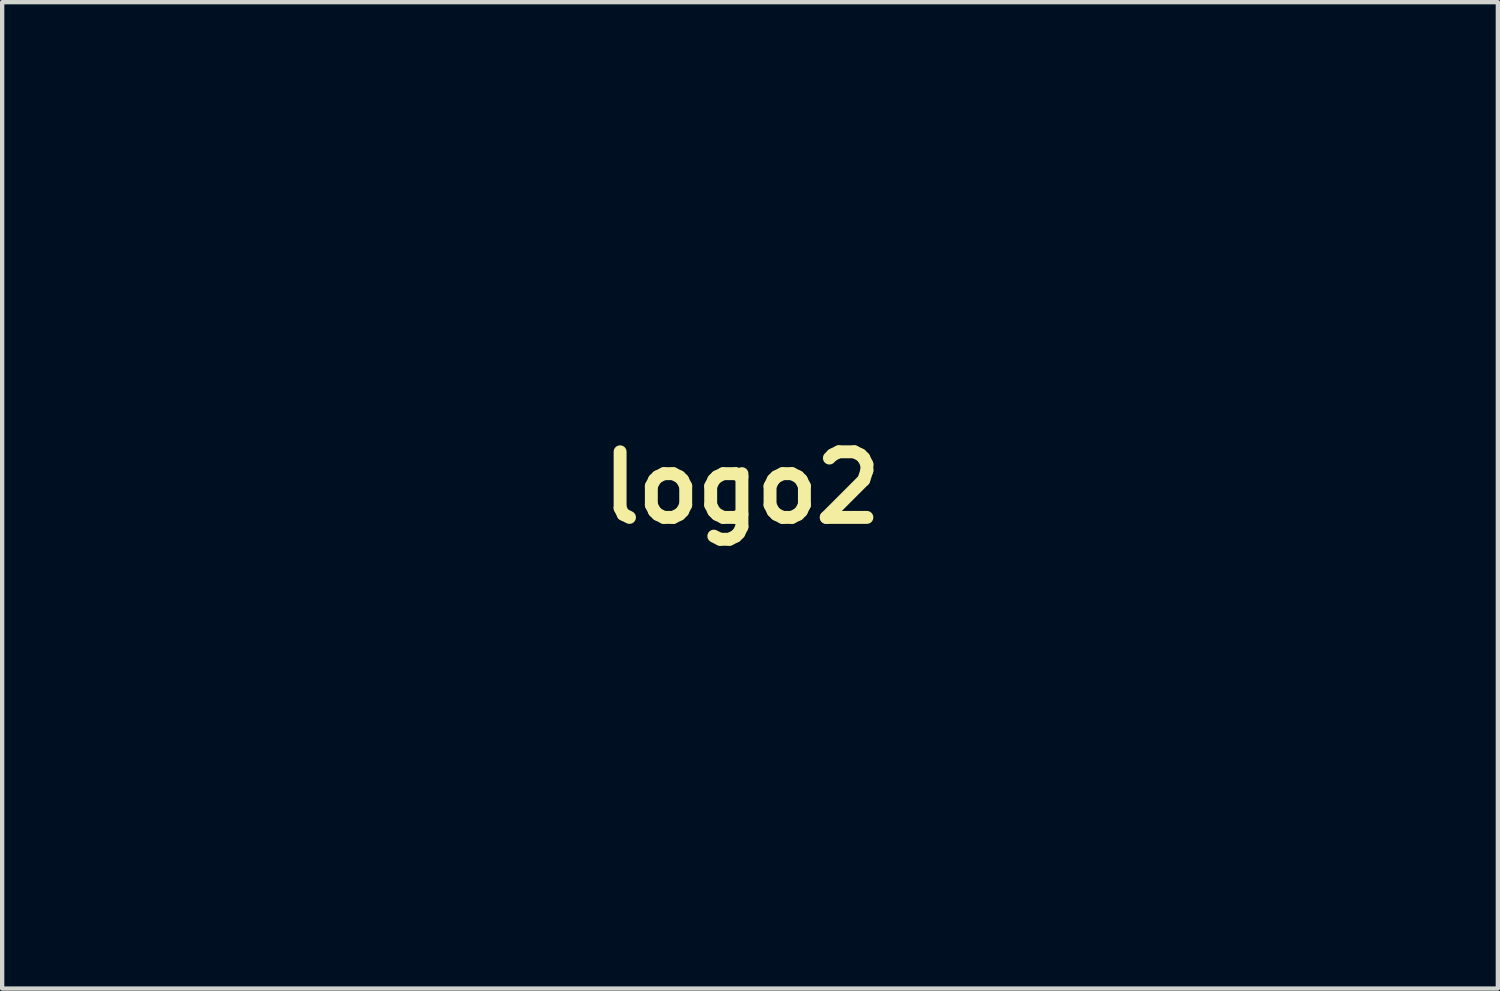
<source format=kicad_pcb>
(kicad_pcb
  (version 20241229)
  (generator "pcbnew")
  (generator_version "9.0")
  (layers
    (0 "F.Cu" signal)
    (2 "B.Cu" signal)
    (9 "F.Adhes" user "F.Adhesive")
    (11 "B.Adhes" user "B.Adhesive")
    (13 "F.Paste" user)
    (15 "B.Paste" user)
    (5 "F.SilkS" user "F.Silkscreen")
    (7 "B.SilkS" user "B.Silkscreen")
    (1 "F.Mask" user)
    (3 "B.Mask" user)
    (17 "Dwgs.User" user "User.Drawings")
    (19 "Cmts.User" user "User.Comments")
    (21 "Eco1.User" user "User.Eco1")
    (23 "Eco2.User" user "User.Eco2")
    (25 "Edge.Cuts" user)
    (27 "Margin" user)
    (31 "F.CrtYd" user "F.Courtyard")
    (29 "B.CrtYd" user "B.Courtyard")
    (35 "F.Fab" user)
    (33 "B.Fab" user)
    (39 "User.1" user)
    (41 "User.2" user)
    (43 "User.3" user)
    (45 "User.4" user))
  (footprint "logo2"
    (layer "F.Cu")
    (at 14.187 8.281)
    (property "Reference" "logo2" (at 0 0 0) (layer "F.SilkS") (effects (font (size 1.524 1.524) (thickness 0.3))))
    (attr through_hole)
    (fp_poly (pts (xy 4.551 2.812) (xy 5.461 2.836) (xy 5.461 3.344) (xy 4.318 3.394) (xy 4.318 4.064) (xy 5.419 4.064) (xy 5.419 4.572) (xy 4.318 4.572) (xy 4.318 5.842) (xy 3.641 5.842) (xy 3.641 2.788) (xy 4.551 2.812)) (stroke (width 0.01) (type solid)) (fill no) (layer "Eco2.User"))
    (fp_poly (pts (xy -5.503 3.387) (xy -6.689 3.387) (xy -6.689 4.064) (xy -5.588 4.064) (xy -5.588 4.314) (xy -5.595 4.451) (xy -5.643 4.528) (xy -5.771 4.565) (xy -6.018 4.584) (xy -6.117 4.589) (xy -6.646 4.614) (xy -6.696 5.842) (xy -7.37 5.842) (xy -7.347 4.339) (xy -7.324 2.836) (xy -6.413 2.812) (xy -5.503 2.788) (xy -5.503 3.387)) (stroke (width 0.01) (type solid)) (fill no) (layer "Eco2.User"))
    (fp_poly (pts (xy -10.758 -7.271) (xy -10.71 -7.198) (xy -10.791 -7.096) (xy -11.036 -7.024) (xy -11.091 -7.015) (xy -11.518 -6.927) (xy -11.853 -6.786) (xy -12.174 -6.557) (xy -12.286 -6.46) (xy -12.646 -6.056) (xy -12.87 -5.604) (xy -12.97 -5.068) (xy -12.979 -4.763) (xy -12.985 -4.418) (xy -13.014 -4.22) (xy -13.071 -4.15) (xy -13.08 -4.149) (xy -13.184 -4.22) (xy -13.239 -4.339) (xy -13.302 -4.883) (xy -13.219 -5.441) (xy -13.008 -5.979) (xy -12.687 -6.464) (xy -12.271 -6.86) (xy -11.847 -7.106) (xy -11.512 -7.225) (xy -11.194 -7.294) (xy -10.93 -7.311) (xy -10.758 -7.271)) (stroke (width 0.01) (type solid)) (fill no) (layer "Eco2.User"))
    (fp_poly (pts (xy 11.227 -7.345) (xy 11.254 -7.281) (xy 11.247 -7.23) (xy 11.172 -7.116) (xy 10.978 -7.042) (xy 10.828 -7.016) (xy 10.267 -6.856) (xy 9.787 -6.562) (xy 9.405 -6.157) (xy 9.138 -5.664) (xy 9.004 -5.106) (xy 9.008 -4.6) (xy 9.03 -4.327) (xy 9.01 -4.187) (xy 8.947 -4.149) (xy 8.803 -4.186) (xy 8.777 -4.205) (xy 8.749 -4.312) (xy 8.729 -4.54) (xy 8.721 -4.842) (xy 8.721 -4.861) (xy 8.801 -5.508) (xy 9.026 -6.085) (xy 9.381 -6.576) (xy 9.852 -6.963) (xy 10.422 -7.227) (xy 10.867 -7.329) (xy 11.111 -7.358) (xy 11.227 -7.345)) (stroke (width 0.01) (type solid)) (fill no) (layer "Eco2.User"))
    (fp_poly (pts (xy 0.296 -7.281) (xy 0.297 -7.281) (xy 0.298 -7.16) (xy 0.159 -7.07) (xy -0.09 -7.028) (xy -0.127 -7.027) (xy -0.56 -6.942) (xy -0.993 -6.715) (xy -1.395 -6.367) (xy -1.733 -5.923) (xy -1.804 -5.8) (xy -1.907 -5.566) (xy -1.962 -5.304) (xy -1.981 -4.956) (xy -1.981 -4.805) (xy -1.986 -4.452) (xy -2.011 -4.244) (xy -2.06 -4.156) (xy -2.086 -4.149) (xy -2.187 -4.221) (xy -2.253 -4.368) (xy -2.286 -4.683) (xy -2.265 -5.084) (xy -2.201 -5.499) (xy -2.101 -5.855) (xy -2.05 -5.971) (xy -1.709 -6.458) (xy -1.244 -6.865) (xy -0.693 -7.164) (xy -0.113 -7.329) (xy 0.163 -7.345) (xy 0.296 -7.281)) (stroke (width 0.01) (type solid)) (fill no) (layer "Eco2.User"))
    (fp_poly (pts (xy -5.24 0.729) (xy -5.204 0.768) (xy -5.174 0.851) (xy -5.226 0.909) (xy -5.388 0.957) (xy -5.687 1.006) (xy -5.729 1.012) (xy -6.44 1.191) (xy -7.072 1.505) (xy -7.609 1.936) (xy -8.037 2.465) (xy -8.341 3.076) (xy -8.507 3.75) (xy -8.523 4.441) (xy -8.49 4.77) (xy -8.452 5.054) (xy -8.417 5.228) (xy -8.404 5.386) (xy -8.465 5.43) (xy -8.568 5.373) (xy -8.674 5.229) (xy -8.724 5.113) (xy -8.786 4.78) (xy -8.803 4.342) (xy -8.779 3.86) (xy -8.717 3.39) (xy -8.622 2.991) (xy -8.566 2.844) (xy -8.172 2.166) (xy -7.648 1.594) (xy -7.242 1.285) (xy -6.875 1.076) (xy -6.477 0.902) (xy -6.081 0.772) (xy -5.72 0.695) (xy -5.429 0.677) (xy -5.24 0.729)) (stroke (width 0.01) (type solid)) (fill no) (layer "Eco2.User"))
    (fp_poly (pts (xy 5.719 0.709) (xy 5.819 0.785) (xy 5.765 0.867) (xy 5.574 0.947) (xy 5.26 1.015) (xy 5.167 1.028) (xy 4.507 1.202) (xy 3.895 1.523) (xy 3.356 1.973) (xy 2.918 2.532) (xy 2.748 2.838) (xy 2.625 3.115) (xy 2.551 3.36) (xy 2.513 3.635) (xy 2.501 4.003) (xy 2.5 4.106) (xy 2.507 4.485) (xy 2.527 4.832) (xy 2.556 5.087) (xy 2.568 5.144) (xy 2.601 5.335) (xy 2.562 5.411) (xy 2.509 5.419) (xy 2.369 5.38) (xy 2.339 5.351) (xy 2.304 5.238) (xy 2.253 5.008) (xy 2.2 4.73) (xy 2.16 4.02) (xy 2.273 3.318) (xy 2.529 2.651) (xy 2.911 2.045) (xy 3.408 1.526) (xy 4.006 1.12) (xy 4.099 1.073) (xy 4.463 0.921) (xy 4.855 0.799) (xy 5.23 0.717) (xy 5.54 0.687) (xy 5.719 0.709)) (stroke (width 0.01) (type solid)) (fill no) (layer "Eco2.User"))
    (fp_poly (pts (xy 11.505 -6.275) (xy 11.593 -6.258) (xy 12.018 -6.084) (xy 12.352 -5.79) (xy 12.581 -5.407) (xy 12.694 -4.963) (xy 12.679 -4.487) (xy 12.524 -4.01) (xy 12.509 -3.981) (xy 12.278 -3.621) (xy 12 -3.393) (xy 11.634 -3.271) (xy 11.323 -3.235) (xy 11.001 -3.227) (xy 10.779 -3.259) (xy 10.589 -3.347) (xy 10.506 -3.4) (xy 10.164 -3.692) (xy 9.957 -4.025) (xy 9.854 -4.453) (xy 9.847 -4.513) (xy 9.856 -4.898) (xy 10.521 -4.898) (xy 10.524 -4.558) (xy 10.603 -4.236) (xy 10.756 -3.968) (xy 10.983 -3.786) (xy 11.261 -3.725) (xy 11.556 -3.803) (xy 11.725 -3.928) (xy 11.918 -4.214) (xy 12.009 -4.552) (xy 12.006 -4.908) (xy 11.918 -5.244) (xy 11.756 -5.525) (xy 11.528 -5.714) (xy 11.254 -5.776) (xy 10.958 -5.697) (xy 10.737 -5.502) (xy 10.591 -5.224) (xy 10.521 -4.898) (xy 9.856 -4.898) (xy 9.86 -5.048) (xy 10.001 -5.51) (xy 10.255 -5.882) (xy 10.602 -6.146) (xy 11.024 -6.282) (xy 11.505 -6.275)) (stroke (width 0.01) (type solid)) (fill no) (layer "Eco2.User"))
    (fp_poly (pts (xy 0.615 -6.251) (xy 0.741 -6.218) (xy 1.042 -6.109) (xy 1.248 -5.96) (xy 1.419 -5.74) (xy 1.541 -5.532) (xy 1.611 -5.334) (xy 1.643 -5.084) (xy 1.651 -4.732) (xy 1.629 -4.295) (xy 1.549 -3.973) (xy 1.388 -3.717) (xy 1.125 -3.477) (xy 1.075 -3.44) (xy 0.81 -3.318) (xy 0.451 -3.25) (xy 0.067 -3.24) (xy -0.274 -3.292) (xy -0.381 -3.331) (xy -0.738 -3.583) (xy -0.996 -3.943) (xy -1.146 -4.375) (xy -1.169 -4.74) (xy -0.483 -4.74) (xy -0.435 -4.377) (xy -0.303 -4.074) (xy -0.108 -3.851) (xy 0.131 -3.73) (xy 0.393 -3.731) (xy 0.66 -3.874) (xy 0.718 -3.928) (xy 0.916 -4.22) (xy 1.009 -4.564) (xy 1.005 -4.922) (xy 0.913 -5.259) (xy 0.742 -5.538) (xy 0.501 -5.722) (xy 0.268 -5.775) (xy -0.042 -5.709) (xy -0.277 -5.493) (xy -0.43 -5.142) (xy -0.483 -4.74) (xy -1.169 -4.74) (xy -1.175 -4.845) (xy -1.076 -5.316) (xy -0.995 -5.502) (xy -0.704 -5.914) (xy -0.334 -6.179) (xy 0.108 -6.292) (xy 0.615 -6.251)) (stroke (width 0.01) (type solid)) (fill no) (layer "Eco2.User"))
    (fp_poly (pts (xy 7.188 3.664) (xy 7.371 3.728) (xy 7.564 3.91) (xy 7.719 4.201) (xy 7.805 4.54) (xy 7.81 4.587) (xy 7.832 4.868) (xy 7.133 4.893) (xy 6.773 4.913) (xy 6.554 4.944) (xy 6.452 4.993) (xy 6.435 5.039) (xy 6.511 5.208) (xy 6.711 5.334) (xy 6.992 5.396) (xy 7.236 5.39) (xy 7.473 5.368) (xy 7.597 5.397) (xy 7.658 5.492) (xy 7.666 5.516) (xy 7.666 5.699) (xy 7.608 5.767) (xy 7.429 5.817) (xy 7.146 5.836) (xy 6.82 5.826) (xy 6.512 5.79) (xy 6.284 5.729) (xy 6.255 5.715) (xy 6.039 5.52) (xy 5.863 5.226) (xy 5.766 4.903) (xy 5.757 4.789) (xy 5.828 4.414) (xy 5.861 4.348) (xy 6.45 4.348) (xy 6.464 4.435) (xy 6.577 4.477) (xy 6.809 4.487) (xy 7.05 4.476) (xy 7.165 4.432) (xy 7.196 4.334) (xy 7.197 4.32) (xy 7.131 4.164) (xy 6.971 4.086) (xy 6.77 4.085) (xy 6.582 4.159) (xy 6.462 4.304) (xy 6.45 4.348) (xy 5.861 4.348) (xy 6.013 4.053) (xy 6.224 3.824) (xy 6.497 3.694) (xy 6.846 3.639) (xy 7.188 3.664)) (stroke (width 0.01) (type solid)) (fill no) (layer "Eco2.User"))
    (fp_poly (pts (xy -10.214 -6.221) (xy -9.825 -6.014) (xy -9.523 -5.663) (xy -9.501 -5.626) (xy -9.394 -5.41) (xy -9.34 -5.191) (xy -9.326 -4.905) (xy -9.333 -4.682) (xy -9.379 -4.24) (xy -9.491 -3.911) (xy -9.692 -3.642) (xy -9.931 -3.44) (xy -10.201 -3.316) (xy -10.565 -3.249) (xy -10.954 -3.241) (xy -11.301 -3.299) (xy -11.403 -3.337) (xy -11.614 -3.483) (xy -11.831 -3.708) (xy -11.908 -3.813) (xy -12.041 -4.044) (xy -12.113 -4.268) (xy -12.14 -4.555) (xy -12.142 -4.741) (xy -12.136 -4.91) (xy -11.461 -4.91) (xy -11.444 -4.506) (xy -11.337 -4.137) (xy -11.172 -3.89) (xy -10.921 -3.748) (xy -10.625 -3.735) (xy -10.345 -3.85) (xy -10.245 -3.936) (xy -10.089 -4.206) (xy -10.005 -4.567) (xy -10 -4.954) (xy -10.078 -5.303) (xy -10.117 -5.386) (xy -10.329 -5.635) (xy -10.604 -5.767) (xy -10.896 -5.773) (xy -11.16 -5.645) (xy -11.217 -5.589) (xy -11.386 -5.29) (xy -11.461 -4.91) (xy -12.136 -4.91) (xy -12.13 -5.087) (xy -12.082 -5.335) (xy -11.981 -5.553) (xy -11.913 -5.661) (xy -11.603 -6.011) (xy -11.222 -6.216) (xy -10.746 -6.289) (xy -10.699 -6.29) (xy -10.214 -6.221)) (stroke (width 0.01) (type solid)) (fill no) (layer "Eco2.User"))
    (fp_poly (pts (xy -3.741 3.705) (xy -3.439 3.897) (xy -3.247 4.218) (xy -3.221 4.301) (xy -3.147 4.584) (xy -3.135 4.762) (xy -3.208 4.86) (xy -3.393 4.901) (xy -3.713 4.911) (xy -3.852 4.911) (xy -4.219 4.917) (xy -4.444 4.939) (xy -4.552 4.982) (xy -4.572 5.027) (xy -4.494 5.206) (xy -4.269 5.324) (xy -3.908 5.375) (xy -3.818 5.377) (xy -3.549 5.383) (xy -3.407 5.412) (xy -3.353 5.481) (xy -3.344 5.589) (xy -3.354 5.699) (xy -3.407 5.764) (xy -3.541 5.799) (xy -3.791 5.818) (xy -3.948 5.824) (xy -4.276 5.831) (xy -4.491 5.811) (xy -4.648 5.75) (xy -4.803 5.636) (xy -4.814 5.628) (xy -5.073 5.308) (xy -5.201 4.926) (xy -5.197 4.525) (xy -5.141 4.371) (xy -4.572 4.371) (xy -4.513 4.447) (xy -4.322 4.482) (xy -4.151 4.487) (xy -3.904 4.482) (xy -3.79 4.453) (xy -3.774 4.381) (xy -3.801 4.297) (xy -3.928 4.143) (xy -4.124 4.079) (xy -4.335 4.099) (xy -4.503 4.197) (xy -4.572 4.369) (xy -4.572 4.371) (xy -5.141 4.371) (xy -5.06 4.148) (xy -4.818 3.859) (xy -4.581 3.707) (xy -4.305 3.646) (xy -4.154 3.641) (xy -3.741 3.705)) (stroke (width 0.01) (type solid)) (fill no) (layer "Eco2.User"))
    (fp_poly (pts (xy 11.872 -8.209) (xy 12.544 -7.996) (xy 13.159 -7.643) (xy 13.694 -7.156) (xy 14.018 -6.727) (xy 14.351 -6.062) (xy 14.528 -5.37) (xy 14.557 -4.673) (xy 14.445 -3.99) (xy 14.2 -3.345) (xy 13.827 -2.759) (xy 13.336 -2.253) (xy 12.731 -1.849) (xy 12.361 -1.681) (xy 11.913 -1.562) (xy 11.366 -1.498) (xy 10.784 -1.494) (xy 10.245 -1.551) (xy 9.864 -1.618) (xy 9.271 -0.794) (xy 9.017 -0.44) (xy 8.779 -0.11) (xy 8.586 0.158) (xy 8.477 0.308) (xy 8.275 0.586) (xy 8.783 1.099) (xy 9.332 1.765) (xy 9.732 2.492) (xy 9.983 3.261) (xy 10.086 4.054) (xy 10.04 4.849) (xy 9.846 5.629) (xy 9.502 6.374) (xy 9.01 7.065) (xy 8.805 7.287) (xy 8.147 7.845) (xy 7.427 8.256) (xy 6.664 8.517) (xy 5.877 8.631) (xy 5.085 8.595) (xy 4.308 8.411) (xy 3.564 8.079) (xy 2.872 7.598) (xy 2.54 7.29) (xy 2.048 6.724) (xy 1.693 6.159) (xy 1.45 5.552) (xy 1.4 5.373) (xy 1.315 4.898) (xy 1.278 4.343) (xy 1.284 3.991) (xy 1.883 3.991) (xy 1.906 4.691) (xy 2.051 5.375) (xy 2.32 6.023) (xy 2.71 6.613) (xy 3.221 7.127) (xy 3.853 7.542) (xy 3.929 7.581) (xy 4.608 7.863) (xy 5.245 8.007) (xy 5.887 8.021) (xy 6.36 7.958) (xy 7.097 7.739) (xy 7.757 7.384) (xy 8.329 6.913) (xy 8.799 6.344) (xy 9.154 5.699) (xy 9.382 4.997) (xy 9.471 4.258) (xy 9.407 3.501) (xy 9.353 3.263) (xy 9.079 2.538) (xy 8.661 1.883) (xy 8.116 1.318) (xy 7.465 0.865) (xy 7.221 0.741) (xy 6.549 0.514) (xy 5.82 0.422) (xy 5.076 0.462) (xy 4.359 0.633) (xy 3.711 0.93) (xy 3.654 0.965) (xy 3.046 1.439) (xy 2.566 1.999) (xy 2.213 2.625) (xy 1.985 3.296) (xy 1.883 3.991) (xy 1.284 3.991) (xy 1.287 3.779) (xy 1.344 3.276) (xy 1.385 3.09) (xy 1.644 2.391) (xy 2.028 1.72) (xy 2.505 1.124) (xy 2.947 0.724) (xy 3.374 0.398) (xy 3.16 0.117) (xy 7.412 0.117) (xy 7.522 0.215) (xy 7.68 0.233) (xy 7.763 0.161) (xy 7.927 -0.025) (xy 8.151 -0.299) (xy 8.415 -0.64) (xy 8.586 -0.867) (xy 8.887 -1.274) (xy 9.097 -1.567) (xy 9.226 -1.767) (xy 9.286 -1.896) (xy 9.29 -1.974) (xy 9.248 -2.021) (xy 9.23 -2.031) (xy 9.082 -2.1) (xy 9.025 -2.117) (xy 8.964 -2.053) (xy 8.824 -1.882) (xy 8.625 -1.631) (xy 8.39 -1.328) (xy 8.14 -1.001) (xy 7.896 -0.678) (xy 7.679 -0.388) (xy 7.512 -0.157) (xy 7.415 -0.015) (xy 7.413 -0.012) (xy 7.412 0.117) (xy 3.16 0.117) (xy 2.563 -0.669) (xy 2.23 -1.095) (xy 1.956 -1.421) (xy 1.753 -1.632) (xy 1.63 -1.719) (xy 1.617 -1.72) (xy 1.464 -1.688) (xy 1.214 -1.622) (xy 1.016 -1.566) (xy 0.48 -1.473) (xy -0.115 -1.476) (xy -0.691 -1.571) (xy -0.931 -1.647) (xy -1.185 -1.739) (xy -1.385 -1.808) (xy -1.439 -1.825) (xy -1.548 -1.771) (xy -1.742 -1.574) (xy -2.023 -1.235) (xy -2.349 -0.805) (xy -2.619 -0.438) (xy -2.847 -0.118) (xy -3.019 0.131) (xy -3.115 0.282) (xy -3.13 0.316) (xy -3.063 0.394) (xy -2.894 0.521) (xy -2.782 0.593) (xy -2.336 0.942) (xy -1.908 1.418) (xy -1.527 1.978) (xy -1.222 2.579) (xy -1.049 3.079) (xy -0.969 3.544) (xy -0.937 4.099) (xy -0.955 4.674) (xy -1.022 5.197) (xy -1.061 5.373) (xy -1.276 5.996) (xy -1.591 6.561) (xy -2.033 7.113) (xy -2.213 7.303) (xy -2.874 7.859) (xy -3.608 8.269) (xy -4.396 8.527) (xy -5.22 8.629) (xy -6.062 8.568) (xy -6.368 8.505) (xy -7.058 8.264) (xy -7.725 7.894) (xy -8.333 7.423) (xy -8.847 6.88) (xy -9.23 6.292) (xy -9.245 6.262) (xy -9.56 5.446) (xy -9.716 4.612) (xy -9.715 3.821) (xy -9.111 3.821) (xy -9.109 4.568) (xy -8.965 5.294) (xy -8.686 5.978) (xy -8.279 6.599) (xy -7.75 7.135) (xy -7.107 7.564) (xy -7.009 7.614) (xy -6.306 7.893) (xy -5.623 8.02) (xy -4.919 8) (xy -4.647 7.957) (xy -4.313 7.87) (xy -3.931 7.736) (xy -3.683 7.63) (xy -3.018 7.231) (xy -2.475 6.735) (xy -2.054 6.162) (xy -1.757 5.53) (xy -1.582 4.861) (xy -1.529 4.172) (xy -1.599 3.485) (xy -1.792 2.817) (xy -2.107 2.19) (xy -2.544 1.621) (xy -3.104 1.132) (xy -3.703 0.78) (xy -3.994 0.644) (xy -4.223 0.554) (xy -4.44 0.501) (xy -4.694 0.475) (xy -5.034 0.466) (xy -5.334 0.466) (xy -5.765 0.469) (xy -6.074 0.483) (xy -6.311 0.517) (xy -6.523 0.58) (xy -6.758 0.68) (xy -6.882 0.738) (xy -7.384 1.032) (xy -7.874 1.419) (xy -8.305 1.855) (xy -8.628 2.296) (xy -8.662 2.356) (xy -8.964 3.077) (xy -9.111 3.821) (xy -9.715 3.821) (xy -9.715 3.78) (xy -9.561 2.969) (xy -9.256 2.197) (xy -8.803 1.486) (xy -8.473 1.107) (xy -8.06 0.684) (xy -8.906 -0.441) (xy -9.266 -0.91) (xy -9.541 -1.243) (xy -9.737 -1.448) (xy -9.862 -1.533) (xy -9.892 -1.536) (xy -10.035 -1.521) (xy -10.302 -1.508) (xy -10.646 -1.499) (xy -10.837 -1.496) (xy -11.234 -1.496) (xy -11.521 -1.516) (xy -11.756 -1.567) (xy -11.998 -1.659) (xy -12.192 -1.747) (xy -12.338 -1.831) (xy -9.128 -1.831) (xy -9.07 -1.728) (xy -8.933 -1.523) (xy -8.737 -1.247) (xy -8.505 -0.927) (xy -8.258 -0.592) (xy -8.016 -0.271) (xy -7.8 0.008) (xy -7.633 0.215) (xy -7.535 0.324) (xy -7.521 0.333) (xy -7.401 0.311) (xy -7.331 0.287) (xy -7.214 0.203) (xy -7.197 0.157) (xy -7.245 0.07) (xy -7.376 -0.126) (xy -7.573 -0.406) (xy -7.817 -0.744) (xy -8.089 -1.115) (xy -8.371 -1.494) (xy -8.643 -1.854) (xy -8.77 -2.019) (xy -8.867 -2.03) (xy -9.008 -1.969) (xy -9.114 -1.88) (xy -9.128 -1.831) (xy -12.338 -1.831) (xy -12.822 -2.111) (xy -13.321 -2.552) (xy -13.72 -3.101) (xy -13.862 -3.367) (xy -14.009 -3.673) (xy -14.102 -3.911) (xy -14.154 -4.139) (xy -14.176 -4.413) (xy -14.182 -4.79) (xy -14.182 -4.868) (xy -14.182 -4.87) (xy -13.589 -4.87) (xy -13.577 -4.469) (xy -13.532 -4.163) (xy -13.439 -3.88) (xy -13.365 -3.713) (xy -13.003 -3.125) (xy -12.54 -2.66) (xy -11.996 -2.327) (xy -11.393 -2.132) (xy -10.752 -2.084) (xy -10.094 -2.189) (xy -9.593 -2.379) (xy -9.021 -2.742) (xy -8.571 -3.216) (xy -8.252 -3.784) (xy -8.076 -4.426) (xy -8.043 -4.868) (xy -8.115 -5.532) (xy -8.318 -6.116) (xy -8.63 -6.613) (xy -9.034 -7.021) (xy -9.507 -7.333) (xy -10.031 -7.545) (xy -10.586 -7.653) (xy -11.151 -7.652) (xy -11.706 -7.536) (xy -12.232 -7.302) (xy -12.708 -6.944) (xy -13.115 -6.458) (xy -13.31 -6.117) (xy -13.457 -5.794) (xy -13.542 -5.528) (xy -13.58 -5.243) (xy -13.589 -4.87) (xy -14.182 -4.87) (xy -14.178 -5.268) (xy -14.159 -5.556) (xy -14.113 -5.787) (xy -14.028 -6.02) (xy -13.892 -6.311) (xy -13.862 -6.37) (xy -13.457 -7.011) (xy -12.941 -7.536) (xy -12.332 -7.93) (xy -11.649 -8.183) (xy -11.12 -8.27) (xy -10.375 -8.252) (xy -9.674 -8.081) (xy -9.035 -7.77) (xy -8.475 -7.332) (xy -8.011 -6.781) (xy -7.662 -6.131) (xy -7.448 -5.412) (xy -7.404 -4.779) (xy -7.497 -4.115) (xy -7.715 -3.467) (xy -8.046 -2.888) (xy -8.191 -2.675) (xy -8.281 -2.516) (xy -8.297 -2.469) (xy -8.25 -2.389) (xy -8.12 -2.201) (xy -7.929 -1.932) (xy -7.697 -1.61) (xy -7.442 -1.262) (xy -7.186 -0.915) (xy -6.948 -0.597) (xy -6.749 -0.334) (xy -6.608 -0.155) (xy -6.56 -0.098) (xy -6.469 -0.096) (xy -6.256 -0.118) (xy -5.965 -0.158) (xy -5.937 -0.162) (xy -5.404 -0.211) (xy -4.878 -0.18) (xy -4.724 -0.158) (xy -4.362 -0.101) (xy -4.093 -0.069) (xy -3.886 -0.078) (xy -3.712 -0.144) (xy -3.541 -0.283) (xy -3.342 -0.511) (xy -3.086 -0.843) (xy -2.866 -1.132) (xy -2.036 -2.222) (xy -2.372 -2.603) (xy -2.606 -2.907) (xy -2.835 -3.265) (xy -2.941 -3.461) (xy -3.046 -3.69) (xy -3.114 -3.895) (xy -3.153 -4.124) (xy -3.171 -4.425) (xy -3.175 -4.844) (xy -3.175 -4.868) (xy -2.581 -4.868) (xy -2.571 -4.454) (xy -2.537 -4.152) (xy -2.47 -3.907) (xy -2.385 -3.714) (xy -2.005 -3.115) (xy -1.529 -2.645) (xy -0.978 -2.311) (xy -0.37 -2.12) (xy 0.274 -2.078) (xy 0.935 -2.193) (xy 1.415 -2.378) (xy 1.98 -2.742) (xy 2.441 -3.237) (xy 2.73 -3.719) (xy 2.829 -3.956) (xy 2.888 -4.207) (xy 2.916 -4.527) (xy 2.921 -4.868) (xy 2.914 -5.266) (xy 2.885 -5.555) (xy 2.822 -5.796) (xy 2.715 -6.05) (xy 2.686 -6.11) (xy 2.331 -6.653) (xy 1.869 -7.09) (xy 1.325 -7.413) (xy 0.727 -7.609) (xy 0.103 -7.671) (xy -0.52 -7.587) (xy -0.941 -7.436) (xy -1.547 -7.075) (xy -2.023 -6.609) (xy -2.333 -6.122) (xy -2.457 -5.859) (xy -2.531 -5.629) (xy -2.568 -5.372) (xy -2.58 -5.029) (xy -2.581 -4.868) (xy -3.175 -4.868) (xy -3.175 -4.873) (xy -3.172 -5.291) (xy -3.158 -5.589) (xy -3.122 -5.816) (xy -3.055 -6.021) (xy -2.948 -6.254) (xy -2.884 -6.381) (xy -2.481 -7.008) (xy -1.986 -7.509) (xy -1.42 -7.883) (xy -0.803 -8.132) (xy -0.155 -8.255) (xy 0.503 -8.254) (xy 1.151 -8.127) (xy 1.769 -7.877) (xy 2.336 -7.502) (xy 2.831 -7.004) (xy 3.235 -6.384) (xy 3.294 -6.265) (xy 3.394 -6.035) (xy 3.458 -5.822) (xy 3.494 -5.577) (xy 3.51 -5.254) (xy 3.514 -4.868) (xy 3.509 -4.436) (xy 3.491 -4.125) (xy 3.452 -3.887) (xy 3.383 -3.674) (xy 3.294 -3.471) (xy 3.113 -3.152) (xy 2.87 -2.802) (xy 2.674 -2.563) (xy 2.449 -2.289) (xy 2.34 -2.095) (xy 2.338 -2.013) (xy 2.441 -1.86) (xy 2.613 -1.621) (xy 2.834 -1.326) (xy 3.082 -1.001) (xy 3.334 -0.675) (xy 3.57 -0.376) (xy 3.768 -0.131) (xy 3.906 0.031) (xy 3.961 0.084) (xy 4.07 0.06) (xy 4.284 -0.001) (xy 4.445 -0.05) (xy 4.734 -0.113) (xy 5.116 -0.159) (xy 5.537 -0.187) (xy 5.944 -0.193) (xy 6.285 -0.176) (xy 6.492 -0.139) (xy 6.57 -0.13) (xy 6.66 -0.167) (xy 6.777 -0.269) (xy 6.939 -0.451) (xy 7.163 -0.731) (xy 7.464 -1.127) (xy 7.557 -1.25) (xy 7.849 -1.64) (xy 8.107 -1.988) (xy 8.314 -2.268) (xy 8.452 -2.456) (xy 8.499 -2.524) (xy 8.496 -2.655) (xy 8.406 -2.844) (xy 8.384 -2.876) (xy 8.026 -3.515) (xy 7.819 -4.192) (xy 7.76 -4.868) (xy 8.382 -4.868) (xy 8.461 -4.199) (xy 8.688 -3.589) (xy 9.045 -3.055) (xy 9.515 -2.616) (xy 10.082 -2.288) (xy 10.728 -2.089) (xy 11.108 -2.041) (xy 11.27 -2.053) (xy 11.527 -2.093) (xy 11.701 -2.127) (xy 12.254 -2.291) (xy 12.718 -2.546) (xy 13.114 -2.879) (xy 13.529 -3.381) (xy 13.793 -3.942) (xy 13.916 -4.584) (xy 13.927 -4.87) (xy 13.918 -5.247) (xy 13.88 -5.531) (xy 13.795 -5.797) (xy 13.651 -6.111) (xy 13.276 -6.701) (xy 12.803 -7.153) (xy 12.239 -7.465) (xy 11.59 -7.631) (xy 11.172 -7.658) (xy 10.798 -7.648) (xy 10.51 -7.602) (xy 10.224 -7.502) (xy 9.97 -7.383) (xy 9.376 -7.005) (xy 8.914 -6.526) (xy 8.59 -5.958) (xy 8.414 -5.313) (xy 8.382 -4.868) (xy 7.76 -4.868) (xy 7.758 -4.885) (xy 7.836 -5.571) (xy 8.048 -6.228) (xy 8.387 -6.831) (xy 8.847 -7.359) (xy 9.422 -7.789) (xy 9.728 -7.949) (xy 10.442 -8.192) (xy 11.164 -8.276) (xy 11.872 -8.209)) (stroke (width 0.01) (type solid)) (fill no) (layer "Eco2.User")))
  (gr_rect
    (start -3 -3)
    (end 31.749 19.917)
    (stroke (width 0.1) (type default))
    (fill no)
    (layer "Edge.Cuts")))
</source>
